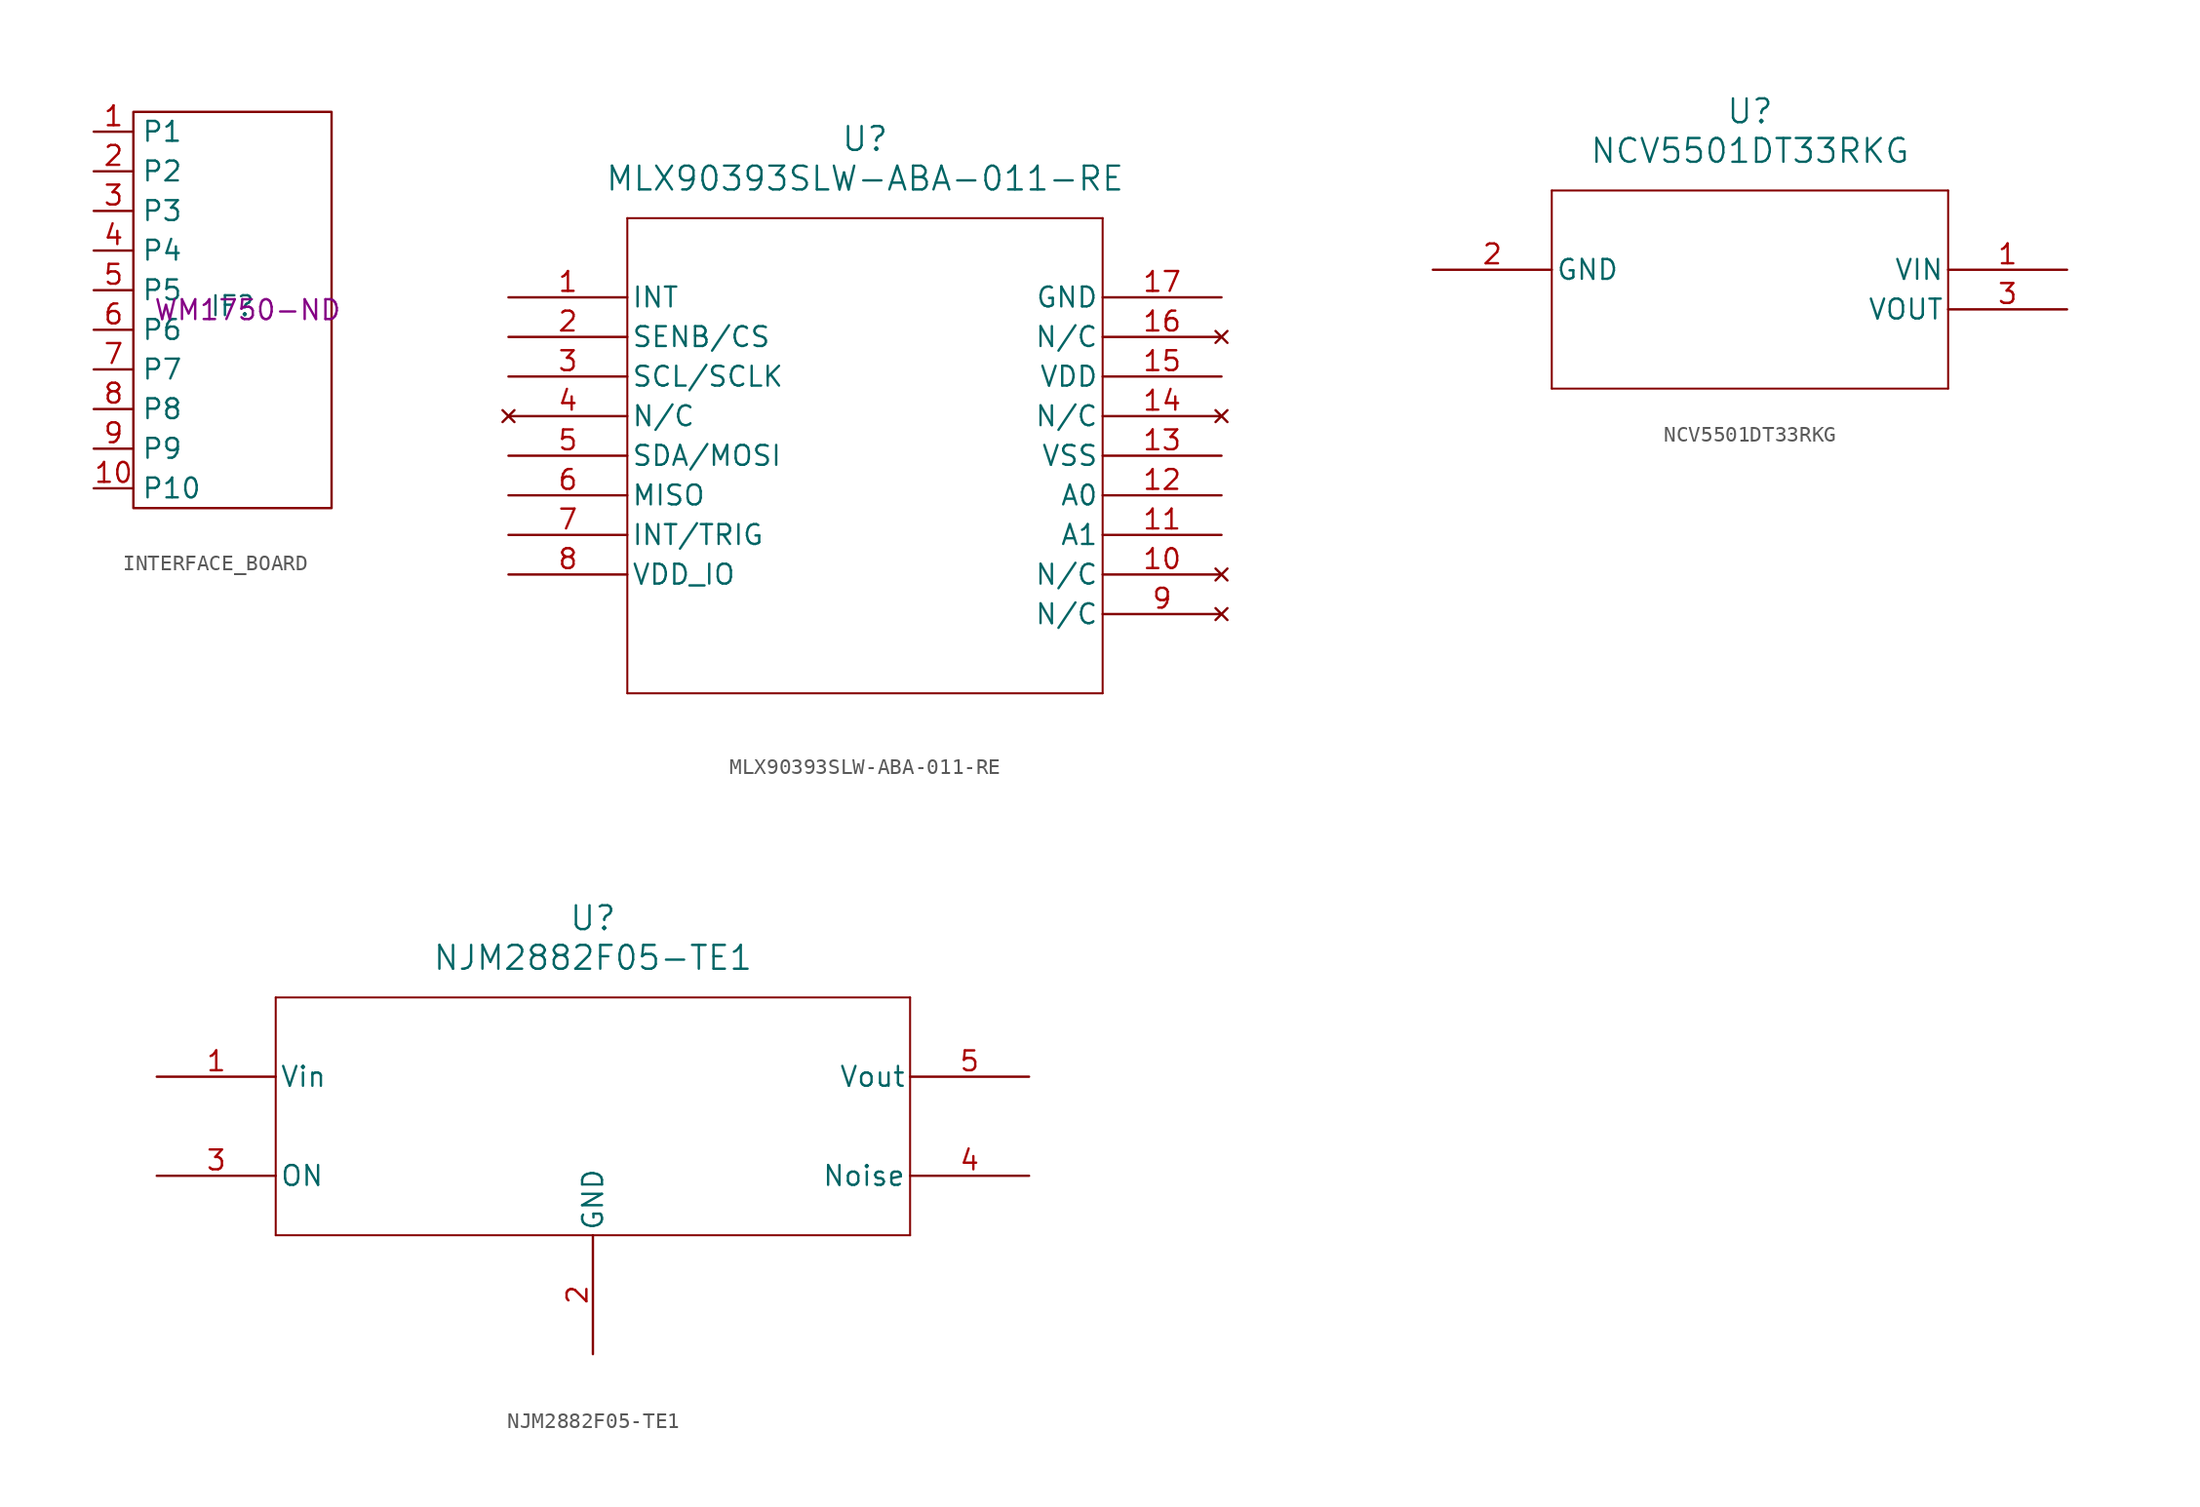
<source format=kicad_sym>
(kicad_symbol_lib
  (version 20231120)
  (generator "kicad_symbol_editor")
  (generator_version "8.0")
  (symbol "INTERFACE_BOARD"
    (property "Reference" "IF"
      (at 0 0.254 0)
      (effects (font (size 1.27 1.27))))
    (property "Value" ""
      (at 0 7.62 0)
      (effects (font (size 1.27 1.27))))
    (property "Digikey" "  WM1750-ND"
      (at 0 0 0)
      (effects (font (size 1.27 1.27))))
    (symbol "INTERFACE_BOARD_0_1"
      (rectangle (start -6.35 12.7) (end 6.35 -12.7) (stroke (width 0) (type default)) (fill (type none))))
    (symbol "INTERFACE_BOARD_1_1"
      (pin input line (at -8.89 11.43 0) (length 2.54) (name "P1" (effects (font (size 1.27 1.27)))) (number "1" (effects (font (size 1.27 1.27)))))
      (pin input line (at -8.89 -11.43 0) (length 2.54) (name "P10" (effects (font (size 1.27 1.27)))) (number "10" (effects (font (size 1.27 1.27)))))
      (pin input line (at -8.89 8.89 0) (length 2.54) (name "P2" (effects (font (size 1.27 1.27)))) (number "2" (effects (font (size 1.27 1.27)))))
      (pin input line (at -8.89 6.35 0) (length 2.54) (name "P3" (effects (font (size 1.27 1.27)))) (number "3" (effects (font (size 1.27 1.27)))))
      (pin input line (at -8.89 3.81 0) (length 2.54) (name "P4" (effects (font (size 1.27 1.27)))) (number "4" (effects (font (size 1.27 1.27)))))
      (pin input line (at -8.89 1.27 0) (length 2.54) (name "P5" (effects (font (size 1.27 1.27)))) (number "5" (effects (font (size 1.27 1.27)))))
      (pin input line (at -8.89 -1.27 0) (length 2.54) (name "P6" (effects (font (size 1.27 1.27)))) (number "6" (effects (font (size 1.27 1.27)))))
      (pin input line (at -8.89 -3.81 0) (length 2.54) (name "P7" (effects (font (size 1.27 1.27)))) (number "7" (effects (font (size 1.27 1.27)))))
      (pin input line (at -8.89 -6.35 0) (length 2.54) (name "P8" (effects (font (size 1.27 1.27)))) (number "8" (effects (font (size 1.27 1.27)))))
      (pin input line (at -8.89 -8.89 0) (length 2.54) (name "P9" (effects (font (size 1.27 1.27)))) (number "9" (effects (font (size 1.27 1.27)))))))
  (symbol "MLX90393SLW-ABA-011-RE"
    (pin_names
      (offset 0.254))
    (property "Reference" "U"
      (at 22.86 10.16 0)
      (effects (font (size 1.524 1.524))))
    (property "Value" "MLX90393SLW-ABA-011-RE"
      (at 22.86 7.62 0)
      (effects (font (size 1.524 1.524))))
    (symbol "MLX90393SLW-ABA-011-RE_1_1"
      (polyline (pts (xy 7.62 -25.4) (xy 38.1 -25.4)) (stroke (width 0.127) (type default)) (fill (type none)))
      (polyline (pts (xy 7.62 5.08) (xy 7.62 -25.4)) (stroke (width 0.127) (type default)) (fill (type none)))
      (polyline (pts (xy 38.1 -25.4) (xy 38.1 5.08)) (stroke (width 0.127) (type default)) (fill (type none)))
      (polyline (pts (xy 38.1 5.08) (xy 7.62 5.08)) (stroke (width 0.127) (type default)) (fill (type none)))
      (pin output line (at 0 0 0) (length 7.62) (name "INT" (effects (font (size 1.27 1.27)))) (number "1" (effects (font (size 1.27 1.27)))))
      (pin no_connect line (at 45.72 -17.78 180) (length 7.62) (name "N/C" (effects (font (size 1.27 1.27)))) (number "10" (effects (font (size 1.27 1.27)))))
      (pin input line (at 45.72 -15.24 180) (length 7.62) (name "A1" (effects (font (size 1.27 1.27)))) (number "11" (effects (font (size 1.27 1.27)))))
      (pin input line (at 45.72 -12.7 180) (length 7.62) (name "A0" (effects (font (size 1.27 1.27)))) (number "12" (effects (font (size 1.27 1.27)))))
      (pin power_out line (at 45.72 -10.16 180) (length 7.62) (name "VSS" (effects (font (size 1.27 1.27)))) (number "13" (effects (font (size 1.27 1.27)))))
      (pin no_connect line (at 45.72 -7.62 180) (length 7.62) (name "N/C" (effects (font (size 1.27 1.27)))) (number "14" (effects (font (size 1.27 1.27)))))
      (pin power_in line (at 45.72 -5.08 180) (length 7.62) (name "VDD" (effects (font (size 1.27 1.27)))) (number "15" (effects (font (size 1.27 1.27)))))
      (pin no_connect line (at 45.72 -2.54 180) (length 7.62) (name "N/C" (effects (font (size 1.27 1.27)))) (number "16" (effects (font (size 1.27 1.27)))))
      (pin power_out line (at 45.72 0 180) (length 7.62) (name "GND" (effects (font (size 1.27 1.27)))) (number "17" (effects (font (size 1.27 1.27)))))
      (pin input line (at 0 -2.54 0) (length 7.62) (name "SENB/CS" (effects (font (size 1.27 1.27)))) (number "2" (effects (font (size 1.27 1.27)))))
      (pin input line (at 0 -5.08 0) (length 7.62) (name "SCL/SCLK" (effects (font (size 1.27 1.27)))) (number "3" (effects (font (size 1.27 1.27)))))
      (pin no_connect line (at 0 -7.62 0) (length 7.62) (name "N/C" (effects (font (size 1.27 1.27)))) (number "4" (effects (font (size 1.27 1.27)))))
      (pin bidirectional line (at 0 -10.16 0) (length 7.62) (name "SDA/MOSI" (effects (font (size 1.27 1.27)))) (number "5" (effects (font (size 1.27 1.27)))))
      (pin output line (at 0 -12.7 0) (length 7.62) (name "MISO" (effects (font (size 1.27 1.27)))) (number "6" (effects (font (size 1.27 1.27)))))
      (pin bidirectional line (at 0 -15.24 0) (length 7.62) (name "INT/TRIG" (effects (font (size 1.27 1.27)))) (number "7" (effects (font (size 1.27 1.27)))))
      (pin power_in line (at 0 -17.78 0) (length 7.62) (name "VDD_IO" (effects (font (size 1.27 1.27)))) (number "8" (effects (font (size 1.27 1.27)))))
      (pin no_connect line (at 45.72 -20.32 180) (length 7.62) (name "N/C" (effects (font (size 1.27 1.27)))) (number "9" (effects (font (size 1.27 1.27)))))))
  (symbol "NCV5501DT33RKG"
    (pin_names
      (offset 0.254))
    (property "Reference" "U"
      (at 20.32 10.16 0)
      (effects (font (size 1.524 1.524))))
    (property "Value" "NCV5501DT33RKG"
      (at 20.32 7.62 0)
      (effects (font (size 1.524 1.524))))
    (symbol "NCV5501DT33RKG_1_1"
      (polyline (pts (xy 7.62 -7.62) (xy 33.02 -7.62)) (stroke (width 0.127) (type default)) (fill (type none)))
      (polyline (pts (xy 7.62 5.08) (xy 7.62 -7.62)) (stroke (width 0.127) (type default)) (fill (type none)))
      (polyline (pts (xy 33.02 -7.62) (xy 33.02 5.08)) (stroke (width 0.127) (type default)) (fill (type none)))
      (polyline (pts (xy 33.02 5.08) (xy 7.62 5.08)) (stroke (width 0.127) (type default)) (fill (type none)))
      (pin unspecified line (at 40.64 0 180) (length 7.62) (name "VIN" (effects (font (size 1.27 1.27)))) (number "1" (effects (font (size 1.27 1.27)))))
      (pin power_out line (at 0 0 0) (length 7.62) (name "GND" (effects (font (size 1.27 1.27)))) (number "2" (effects (font (size 1.27 1.27)))))
      (pin output line (at 40.64 -2.54 180) (length 7.62) (name "VOUT" (effects (font (size 1.27 1.27)))) (number "3" (effects (font (size 1.27 1.27)))))))
  (symbol "NJM2882F05-TE1"
    (pin_names
      (offset 0.254))
    (property "Reference" "U"
      (at 27.94 10.16 0)
      (effects (font (size 1.524 1.524))))
    (property "Value" "NJM2882F05-TE1"
      (at 27.94 7.62 0)
      (effects (font (size 1.524 1.524))))
    (property "ki_locked" ""
      (at 0 0 0)
      (effects (font (size 1.27 1.27))))
    (symbol "NJM2882F05-TE1_1_1"
      (polyline (pts (xy 7.62 -10.16) (xy 48.26 -10.16)) (stroke (width 0.127) (type default)) (fill (type none)))
      (polyline (pts (xy 7.62 5.08) (xy 7.62 -10.16)) (stroke (width 0.127) (type default)) (fill (type none)))
      (polyline (pts (xy 48.26 -10.16) (xy 48.26 5.08)) (stroke (width 0.127) (type default)) (fill (type none)))
      (polyline (pts (xy 48.26 5.08) (xy 7.62 5.08)) (stroke (width 0.127) (type default)) (fill (type none)))
      (pin input line (at 0 0 0) (length 7.62) (name "Vin" (effects (font (size 1.27 1.27)))) (number "1" (effects (font (size 1.27 1.27)))))
      (pin passive line (at 27.94 -17.78 90) (length 7.62) (name "GND" (effects (font (size 1.27 1.27)))) (number "2" (effects (font (size 1.27 1.27)))))
      (pin passive line (at 0 -6.35 0) (length 7.62) (name "ON" (effects (font (size 1.27 1.27)))) (number "3" (effects (font (size 1.27 1.27)))))
      (pin passive line (at 55.88 -6.35 180) (length 7.62) (name "Noise" (effects (font (size 1.27 1.27)))) (number "4" (effects (font (size 1.27 1.27)))))
      (pin output line (at 55.88 0 180) (length 7.62) (name "Vout" (effects (font (size 1.27 1.27)))) (number "5" (effects (font (size 1.27 1.27))))))))
</source>
